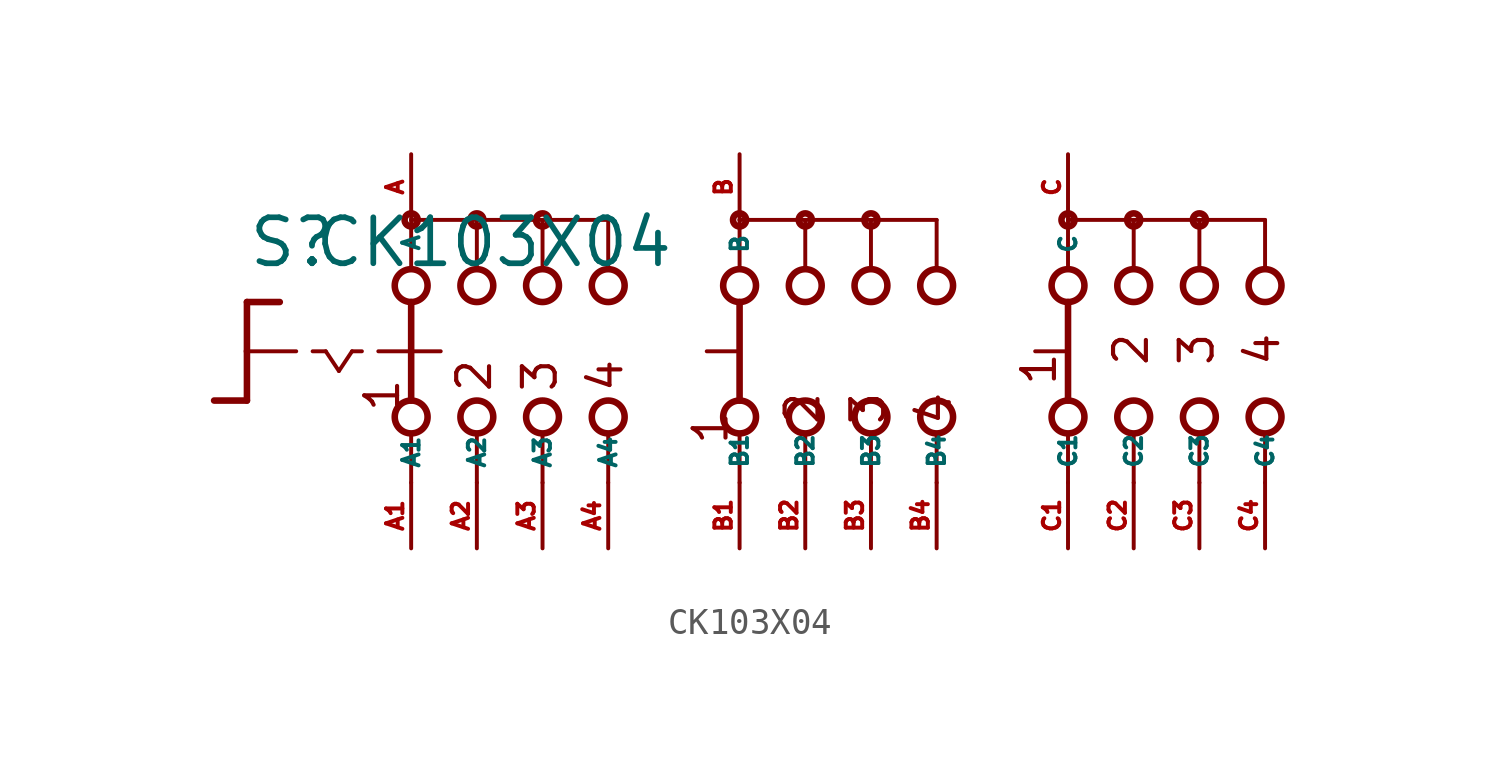
<source format=kicad_sym>
(kicad_symbol_lib
  (version 20220914)
  (generator Eagle2Kicad)
  (symbol "CK103X04"
    (property "Reference" "S"
      (at -19.05 3.175 0)
      (effects (font (size 1.778 1.778) (thickness 0.22)) (justify left bottom)))
    (property "Value" "CK103X04"
      (at -16.51 3.175 0)
      (effects (font (size 1.778 1.778) (thickness 0.22)) (justify left bottom)))
    (polyline
      (pts (xy -19.05 1.905) (xy -17.78 1.905))
      (stroke (width 0.254) (type default))
      (fill (type none)))
    (polyline
      (pts (xy -19.05 1.905) (xy -19.05 0))
      (stroke (width 0.254) (type default))
      (fill (type none)))
    (polyline
      (pts (xy -19.05 -1.905) (xy -20.32 -1.905))
      (stroke (width 0.254) (type default))
      (fill (type none)))
    (polyline
      (pts (xy -19.05 0) (xy -17.145 0))
      (stroke (width 0.152) (type default))
      (fill (type none)))
    (polyline
      (pts (xy -19.05 0) (xy -19.05 -1.905))
      (stroke (width 0.254) (type default))
      (fill (type none)))
    (polyline
      (pts (xy -16.51 0) (xy -16.002 0))
      (stroke (width 0.152) (type default))
      (fill (type none)))
    (polyline
      (pts (xy -14.986 0) (xy -14.605 0))
      (stroke (width 0.152) (type default))
      (fill (type none)))
    (polyline
      (pts (xy -13.97 0) (xy -12.827 0))
      (stroke (width 0.152) (type default))
      (fill (type none)))
    (polyline
      (pts (xy -16.002 0) (xy -15.494 -0.762))
      (stroke (width 0.152) (type default))
      (fill (type none)))
    (polyline
      (pts (xy -15.494 -0.762) (xy -14.986 0))
      (stroke (width 0.152) (type default))
      (fill (type none)))
    (polyline
      (pts (xy -10.16 3.175) (xy -10.16 5.08))
      (stroke (width 0.152) (type default))
      (fill (type none)))
    (polyline
      (pts (xy -7.62 3.175) (xy -7.62 5.08))
      (stroke (width 0.152) (type default))
      (fill (type none)))
    (polyline
      (pts (xy -5.08 3.175) (xy -5.08 5.08))
      (stroke (width 0.152) (type default))
      (fill (type none)))
    (polyline
      (pts (xy -10.16 -5.08) (xy -10.16 -3.175))
      (stroke (width 0.152) (type default))
      (fill (type none)))
    (polyline
      (pts (xy -7.62 -5.08) (xy -7.62 -3.175))
      (stroke (width 0.152) (type default))
      (fill (type none)))
    (polyline
      (pts (xy -5.08 -5.08) (xy -5.08 -3.175))
      (stroke (width 0.152) (type default))
      (fill (type none)))
    (polyline
      (pts (xy -7.62 5.08) (xy -10.16 5.08))
      (stroke (width 0.152) (type default))
      (fill (type none)))
    (polyline
      (pts (xy -7.62 5.08) (xy -5.08 5.08))
      (stroke (width 0.152) (type default))
      (fill (type none)))
    (polyline
      (pts (xy 0 -5.08) (xy 0 -3.175))
      (stroke (width 0.152) (type default))
      (fill (type none)))
    (polyline
      (pts (xy 2.54 -5.08) (xy 2.54 -3.175))
      (stroke (width 0.152) (type default))
      (fill (type none)))
    (polyline
      (pts (xy 0 3.175) (xy 0 5.08))
      (stroke (width 0.152) (type default))
      (fill (type none)))
    (polyline
      (pts (xy 2.54 3.175) (xy 2.54 5.08))
      (stroke (width 0.152) (type default))
      (fill (type none)))
    (polyline
      (pts (xy 0 5.08) (xy 2.54 5.08))
      (stroke (width 0.152) (type default))
      (fill (type none)))
    (polyline
      (pts (xy -12.7 5.08) (xy -12.7 3.175))
      (stroke (width 0.152) (type default))
      (fill (type none)))
    (polyline
      (pts (xy -12.7 1.905) (xy -12.7 0))
      (stroke (width 0.254) (type default))
      (fill (type none)))
    (polyline
      (pts (xy -12.7 -3.175) (xy -12.7 -5.08))
      (stroke (width 0.152) (type default))
      (fill (type none)))
    (polyline
      (pts (xy -10.16 5.08) (xy -12.7 5.08))
      (stroke (width 0.152) (type default))
      (fill (type none)))
    (polyline
      (pts (xy 5.08 3.175) (xy 5.08 5.08))
      (stroke (width 0.152) (type default))
      (fill (type none)))
    (polyline
      (pts (xy 5.08 -5.08) (xy 5.08 -3.175))
      (stroke (width 0.152) (type default))
      (fill (type none)))
    (polyline
      (pts (xy 7.62 3.175) (xy 7.62 5.08))
      (stroke (width 0.152) (type default))
      (fill (type none)))
    (polyline
      (pts (xy 12.7 3.175) (xy 12.7 5.08))
      (stroke (width 0.152) (type default))
      (fill (type none)))
    (polyline
      (pts (xy 15.24 3.175) (xy 15.24 5.08))
      (stroke (width 0.152) (type default))
      (fill (type none)))
    (polyline
      (pts (xy 17.78 3.175) (xy 17.78 5.08))
      (stroke (width 0.152) (type default))
      (fill (type none)))
    (polyline
      (pts (xy 20.32 3.175) (xy 20.32 5.08))
      (stroke (width 0.152) (type default))
      (fill (type none)))
    (polyline
      (pts (xy 5.08 5.08) (xy 7.62 5.08))
      (stroke (width 0.152) (type default))
      (fill (type none)))
    (polyline
      (pts (xy 12.7 5.08) (xy 15.24 5.08))
      (stroke (width 0.152) (type default))
      (fill (type none)))
    (polyline
      (pts (xy 15.24 5.08) (xy 17.78 5.08))
      (stroke (width 0.152) (type default))
      (fill (type none)))
    (polyline
      (pts (xy 17.78 5.08) (xy 20.32 5.08))
      (stroke (width 0.152) (type default))
      (fill (type none)))
    (polyline
      (pts (xy 7.62 -5.08) (xy 7.62 -3.175))
      (stroke (width 0.152) (type default))
      (fill (type none)))
    (polyline
      (pts (xy 12.7 -5.08) (xy 12.7 -3.175))
      (stroke (width 0.152) (type default))
      (fill (type none)))
    (polyline
      (pts (xy 15.24 -5.08) (xy 15.24 -3.175))
      (stroke (width 0.152) (type default))
      (fill (type none)))
    (polyline
      (pts (xy 17.78 -5.08) (xy 17.78 -3.175))
      (stroke (width 0.152) (type default))
      (fill (type none)))
    (polyline
      (pts (xy 20.32 -5.08) (xy 20.32 -3.175))
      (stroke (width 0.152) (type default))
      (fill (type none)))
    (polyline
      (pts (xy -12.7 0) (xy -11.557 0))
      (stroke (width 0.152) (type default))
      (fill (type none)))
    (polyline
      (pts (xy -12.7 0) (xy -12.7 -1.905))
      (stroke (width 0.254) (type default))
      (fill (type none)))
    (polyline
      (pts (xy -1.27 0) (xy -0.127 0))
      (stroke (width 0.152) (type default))
      (fill (type none)))
    (polyline
      (pts (xy 0 1.905) (xy 0 -1.905))
      (stroke (width 0.254) (type default))
      (fill (type none)))
    (polyline
      (pts (xy 2.54 5.08) (xy 5.08 5.08))
      (stroke (width 0.152) (type default))
      (fill (type none)))
    (polyline
      (pts (xy 12.7 1.905) (xy 12.7 -1.905))
      (stroke (width 0.254) (type default))
      (fill (type none)))
    (polyline
      (pts (xy 11.43 0) (xy 12.573 0))
      (stroke (width 0.152) (type default))
      (fill (type none)))
    (text "1"
      (at 12.319 -1.397 900)
      (effects (font (size 1.27 1.27) (thickness 0.16)) (justify left bottom)))
    (text "2"
      (at 15.875 -0.635 900)
      (effects (font (size 1.27 1.27) (thickness 0.16)) (justify left bottom)))
    (text "3"
      (at 18.415 -0.635 900)
      (effects (font (size 1.27 1.27) (thickness 0.16)) (justify left bottom)))
    (text "4"
      (at 20.955 -0.635 900)
      (effects (font (size 1.27 1.27) (thickness 0.16)) (justify left bottom)))
    (text "1 "
      (at -13.081 -2.413 900)
      (effects (font (size 1.27 1.27) (thickness 0.16)) (justify left bottom)))
    (text "2 "
      (at -9.525 -1.651 900)
      (effects (font (size 1.27 1.27) (thickness 0.16)) (justify left bottom)))
    (text "3 "
      (at -6.985 -1.651 900)
      (effects (font (size 1.27 1.27) (thickness 0.16)) (justify left bottom)))
    (text "4 "
      (at -4.445 -1.651 900)
      (effects (font (size 1.27 1.27) (thickness 0.16)) (justify left bottom)))
    (text "1  "
      (at -0.381 -3.683 900)
      (effects (font (size 1.27 1.27) (thickness 0.16)) (justify left bottom)))
    (text "2  "
      (at 3.175 -2.921 900)
      (effects (font (size 1.27 1.27) (thickness 0.16)) (justify left bottom)))
    (text "3  "
      (at 5.715 -2.921 900)
      (effects (font (size 1.27 1.27) (thickness 0.16)) (justify left bottom)))
    (text "4  "
      (at 8.255 -2.921 900)
      (effects (font (size 1.27 1.27) (thickness 0.16)) (justify left bottom)))
    (circle
      (center -7.62 5.08)
      (radius 0.254)
      (stroke (width 0.254) (type default))
      (fill (type none)))
    (circle
      (center -12.7 5.08)
      (radius 0.254)
      (stroke (width 0.254) (type default))
      (fill (type none)))
    (circle
      (center -10.16 5.08)
      (radius 0.254)
      (stroke (width 0.254) (type default))
      (fill (type none)))
    (circle
      (center -12.7 2.54)
      (radius 0.635)
      (stroke (width 0.254) (type default))
      (fill (type none)))
    (circle
      (center -10.16 2.54)
      (radius 0.635)
      (stroke (width 0.254) (type default))
      (fill (type none)))
    (circle
      (center -7.62 2.54)
      (radius 0.635)
      (stroke (width 0.254) (type default))
      (fill (type none)))
    (circle
      (center -12.7 -2.54)
      (radius 0.635)
      (stroke (width 0.254) (type default))
      (fill (type none)))
    (circle
      (center -10.16 -2.54)
      (radius 0.635)
      (stroke (width 0.254) (type default))
      (fill (type none)))
    (circle
      (center -7.62 -2.54)
      (radius 0.635)
      (stroke (width 0.254) (type default))
      (fill (type none)))
    (circle
      (center 0 5.08)
      (radius 0.254)
      (stroke (width 0.254) (type default))
      (fill (type none)))
    (circle
      (center -5.08 2.54)
      (radius 0.635)
      (stroke (width 0.254) (type default))
      (fill (type none)))
    (circle
      (center 0 2.54)
      (radius 0.635)
      (stroke (width 0.254) (type default))
      (fill (type none)))
    (circle
      (center -5.08 -2.54)
      (radius 0.635)
      (stroke (width 0.254) (type default))
      (fill (type none)))
    (circle
      (center 0 -2.54)
      (radius 0.635)
      (stroke (width 0.254) (type default))
      (fill (type none)))
    (circle
      (center 2.54 2.54)
      (radius 0.635)
      (stroke (width 0.254) (type default))
      (fill (type none)))
    (circle
      (center 2.54 -2.54)
      (radius 0.635)
      (stroke (width 0.254) (type default))
      (fill (type none)))
    (circle
      (center 5.08 5.08)
      (radius 0.254)
      (stroke (width 0.254) (type default))
      (fill (type none)))
    (circle
      (center 5.08 2.54)
      (radius 0.635)
      (stroke (width 0.254) (type default))
      (fill (type none)))
    (circle
      (center 5.08 -2.54)
      (radius 0.635)
      (stroke (width 0.254) (type default))
      (fill (type none)))
    (circle
      (center 7.62 2.54)
      (radius 0.635)
      (stroke (width 0.254) (type default))
      (fill (type none)))
    (circle
      (center 12.7 2.54)
      (radius 0.635)
      (stroke (width 0.254) (type default))
      (fill (type none)))
    (circle
      (center 15.24 2.54)
      (radius 0.635)
      (stroke (width 0.254) (type default))
      (fill (type none)))
    (circle
      (center 17.78 2.54)
      (radius 0.635)
      (stroke (width 0.254) (type default))
      (fill (type none)))
    (circle
      (center 20.32 2.54)
      (radius 0.635)
      (stroke (width 0.254) (type default))
      (fill (type none)))
    (circle
      (center 12.7 5.08)
      (radius 0.254)
      (stroke (width 0.254) (type default))
      (fill (type none)))
    (circle
      (center 15.24 5.08)
      (radius 0.254)
      (stroke (width 0.254) (type default))
      (fill (type none)))
    (circle
      (center 17.78 5.08)
      (radius 0.254)
      (stroke (width 0.254) (type default))
      (fill (type none)))
    (circle
      (center 7.62 -2.54)
      (radius 0.635)
      (stroke (width 0.254) (type default))
      (fill (type none)))
    (circle
      (center 12.7 -2.54)
      (radius 0.635)
      (stroke (width 0.254) (type default))
      (fill (type none)))
    (circle
      (center 15.24 -2.54)
      (radius 0.635)
      (stroke (width 0.254) (type default))
      (fill (type none)))
    (circle
      (center 17.78 -2.54)
      (radius 0.635)
      (stroke (width 0.254) (type default))
      (fill (type none)))
    (circle
      (center 20.32 -2.54)
      (radius 0.635)
      (stroke (width 0.254) (type default))
      (fill (type none)))
    (circle
      (center 2.54 5.08)
      (radius 0.254)
      (stroke (width 0.254) (type default))
      (fill (type none)))
    (pin passive line
      (at -12.7 -7.62 90)
      (length 2.54)
      (name "A1" (effects (font (size 0.635 0.635) (thickness 0.08)) (justify left bottom)))
      (number "A1" (effects (font (size 0.635 0.635) (thickness 0.08)) (justify left bottom))))
    (pin passive line
      (at -12.7 7.62 270)
      (length 2.54)
      (name "A" (effects (font (size 0.635 0.635) (thickness 0.08)) (justify left bottom)))
      (number "A" (effects (font (size 0.635 0.635) (thickness 0.08)) (justify left bottom))))
    (pin passive line
      (at -10.16 -7.62 90)
      (length 2.54)
      (name "A2" (effects (font (size 0.635 0.635) (thickness 0.08)) (justify left bottom)))
      (number "A2" (effects (font (size 0.635 0.635) (thickness 0.08)) (justify left bottom))))
    (pin passive line
      (at -7.62 -7.62 90)
      (length 2.54)
      (name "A3" (effects (font (size 0.635 0.635) (thickness 0.08)) (justify left bottom)))
      (number "A3" (effects (font (size 0.635 0.635) (thickness 0.08)) (justify left bottom))))
    (pin passive line
      (at -5.08 -7.62 90)
      (length 2.54)
      (name "A4" (effects (font (size 0.635 0.635) (thickness 0.08)) (justify left bottom)))
      (number "A4" (effects (font (size 0.635 0.635) (thickness 0.08)) (justify left bottom))))
    (pin passive line
      (at 0 -7.62 90)
      (length 2.54)
      (name "B1" (effects (font (size 0.635 0.635) (thickness 0.08)) (justify left bottom)))
      (number "B1" (effects (font (size 0.635 0.635) (thickness 0.08)) (justify left bottom))))
    (pin passive line
      (at 2.54 -7.62 90)
      (length 2.54)
      (name "B2" (effects (font (size 0.635 0.635) (thickness 0.08)) (justify left bottom)))
      (number "B2" (effects (font (size 0.635 0.635) (thickness 0.08)) (justify left bottom))))
    (pin passive line
      (at 5.08 -7.62 90)
      (length 2.54)
      (name "B3" (effects (font (size 0.635 0.635) (thickness 0.08)) (justify left bottom)))
      (number "B3" (effects (font (size 0.635 0.635) (thickness 0.08)) (justify left bottom))))
    (pin passive line
      (at 7.62 -7.62 90)
      (length 2.54)
      (name "B4" (effects (font (size 0.635 0.635) (thickness 0.08)) (justify left bottom)))
      (number "B4" (effects (font (size 0.635 0.635) (thickness 0.08)) (justify left bottom))))
    (pin passive line
      (at 12.7 -7.62 90)
      (length 2.54)
      (name "C1" (effects (font (size 0.635 0.635) (thickness 0.08)) (justify left bottom)))
      (number "C1" (effects (font (size 0.635 0.635) (thickness 0.08)) (justify left bottom))))
    (pin passive line
      (at 15.24 -7.62 90)
      (length 2.54)
      (name "C2" (effects (font (size 0.635 0.635) (thickness 0.08)) (justify left bottom)))
      (number "C2" (effects (font (size 0.635 0.635) (thickness 0.08)) (justify left bottom))))
    (pin passive line
      (at 17.78 -7.62 90)
      (length 2.54)
      (name "C3" (effects (font (size 0.635 0.635) (thickness 0.08)) (justify left bottom)))
      (number "C3" (effects (font (size 0.635 0.635) (thickness 0.08)) (justify left bottom))))
    (pin passive line
      (at 20.32 -7.62 90)
      (length 2.54)
      (name "C4" (effects (font (size 0.635 0.635) (thickness 0.08)) (justify left bottom)))
      (number "C4" (effects (font (size 0.635 0.635) (thickness 0.08)) (justify left bottom))))
    (pin passive line
      (at 0 7.62 270)
      (length 2.54)
      (name "B" (effects (font (size 0.635 0.635) (thickness 0.08)) (justify left bottom)))
      (number "B" (effects (font (size 0.635 0.635) (thickness 0.08)) (justify left bottom))))
    (pin passive line
      (at 12.7 7.62 270)
      (length 2.54)
      (name "C" (effects (font (size 0.635 0.635) (thickness 0.08)) (justify left bottom)))
      (number "C" (effects (font (size 0.635 0.635) (thickness 0.08)) (justify left bottom))))))
</source>
